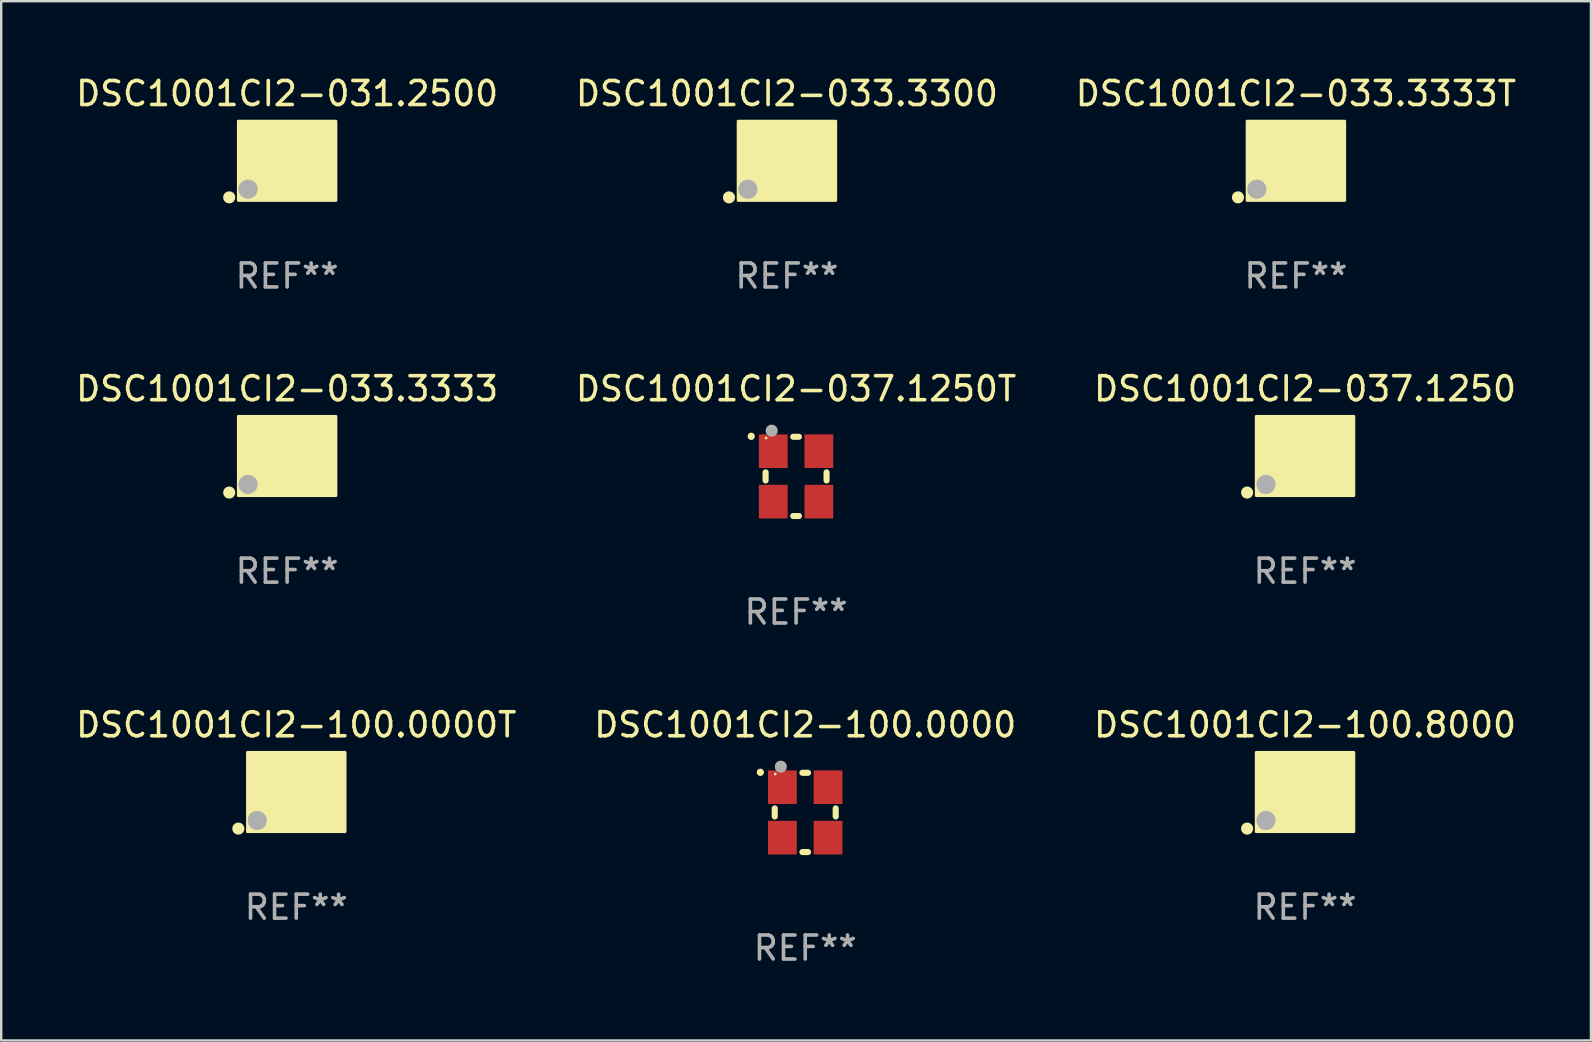
<source format=kicad_pcb>
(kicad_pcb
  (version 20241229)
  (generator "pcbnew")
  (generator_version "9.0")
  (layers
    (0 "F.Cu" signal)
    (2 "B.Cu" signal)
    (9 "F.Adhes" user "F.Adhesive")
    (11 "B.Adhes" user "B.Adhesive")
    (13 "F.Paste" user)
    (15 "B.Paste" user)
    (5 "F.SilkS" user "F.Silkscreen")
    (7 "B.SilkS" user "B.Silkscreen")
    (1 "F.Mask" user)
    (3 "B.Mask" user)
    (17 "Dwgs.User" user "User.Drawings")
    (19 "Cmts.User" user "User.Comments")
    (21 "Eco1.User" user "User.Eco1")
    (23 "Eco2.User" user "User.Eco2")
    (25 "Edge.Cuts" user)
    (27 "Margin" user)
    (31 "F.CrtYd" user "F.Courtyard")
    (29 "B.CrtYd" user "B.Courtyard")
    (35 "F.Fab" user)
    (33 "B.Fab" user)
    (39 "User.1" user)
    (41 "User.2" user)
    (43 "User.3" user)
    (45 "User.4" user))
  (footprint "DSC1001CI2-033.3333T"
    (layer "F.Cu")
    (at 50.935 3.648)
    (property "Reference" "DSC1001CI2-033.3333T" (at 0 -2.8 0) (layer "F.SilkS") (effects (font (size 1 1) (thickness 0.15))))
    (attr through_hole)
    (fp_circle (center -2.413 1.524) (end -2.286 1.524) (stroke (width 0.254) (type solid)) (fill no) (layer "F.SilkS"))
    (fp_circle (center -1.6 1.25) (end -1.57 1.25) (stroke (width 0.06) (type solid)) (fill no) (layer "F.SilkS"))
    (fp_poly (pts (xy -2.032 -1.651) (xy 2.032 -1.651) (xy 2.032 1.651) (xy -2.032 1.651)) (stroke (width 0.12) (type solid)) (fill yes) (layer "F.SilkS"))
    (fp_circle (center -1.627 1.185) (end -1.427 1.185) (stroke (width 0.4) (type solid)) (fill no) (layer "F.Fab"))
    (fp_text user "REF**" (at 0 4.8 0) (layer "F.Fab") (effects (font (size 1 1) (thickness 0.15))))
    (pad "1" smd rect (at -1.05 0.8) (size 1.4 1.2) (layers "F.Cu" "F.Mask" "F.Paste"))
    (pad "2" smd rect (at 1.05 0.8) (size 1.4 1.2) (layers "F.Cu" "F.Mask" "F.Paste"))
    (pad "3" smd rect (at 1.05 -0.8) (size 1.4 1.2) (layers "F.Cu" "F.Mask" "F.Paste"))
    (pad "4" smd rect (at -1.05 -0.8) (size 1.4 1.2) (layers "F.Cu" "F.Mask" "F.Paste")))
  (footprint "DSC1001CI2-031.2500"
    (layer "F.Cu")
    (at 8.911 3.648)
    (property "Reference" "DSC1001CI2-031.2500" (at 0 -2.8 0) (layer "F.SilkS") (effects (font (size 1 1) (thickness 0.15))))
    (attr through_hole)
    (fp_circle (center -2.413 1.524) (end -2.286 1.524) (stroke (width 0.254) (type solid)) (fill no) (layer "F.SilkS"))
    (fp_circle (center -1.6 1.25) (end -1.57 1.25) (stroke (width 0.06) (type solid)) (fill no) (layer "F.SilkS"))
    (fp_poly (pts (xy -2.032 -1.651) (xy 2.032 -1.651) (xy 2.032 1.651) (xy -2.032 1.651)) (stroke (width 0.12) (type solid)) (fill yes) (layer "F.SilkS"))
    (fp_circle (center -1.627 1.185) (end -1.427 1.185) (stroke (width 0.4) (type solid)) (fill no) (layer "F.Fab"))
    (fp_text user "REF**" (at 0 4.8 0) (layer "F.Fab") (effects (font (size 1 1) (thickness 0.15))))
    (pad "1" smd rect (at -1.05 0.8) (size 1.4 1.2) (layers "F.Cu" "F.Mask" "F.Paste"))
    (pad "2" smd rect (at 1.05 0.8) (size 1.4 1.2) (layers "F.Cu" "F.Mask" "F.Paste"))
    (pad "3" smd rect (at 1.05 -0.8) (size 1.4 1.2) (layers "F.Cu" "F.Mask" "F.Paste"))
    (pad "4" smd rect (at -1.05 -0.8) (size 1.4 1.2) (layers "F.Cu" "F.Mask" "F.Paste")))
  (footprint "DSC1001CI2-037.1250"
    (layer "F.Cu")
    (at 51.315 15.945)
    (property "Reference" "DSC1001CI2-037.1250" (at 0 -2.8 0) (layer "F.SilkS") (effects (font (size 1 1) (thickness 0.15))))
    (attr through_hole)
    (fp_circle (center -2.413 1.524) (end -2.286 1.524) (stroke (width 0.254) (type solid)) (fill no) (layer "F.SilkS"))
    (fp_circle (center -1.6 1.25) (end -1.57 1.25) (stroke (width 0.06) (type solid)) (fill no) (layer "F.SilkS"))
    (fp_poly (pts (xy -2.032 -1.651) (xy 2.032 -1.651) (xy 2.032 1.651) (xy -2.032 1.651)) (stroke (width 0.12) (type solid)) (fill yes) (layer "F.SilkS"))
    (fp_circle (center -1.627 1.185) (end -1.427 1.185) (stroke (width 0.4) (type solid)) (fill no) (layer "F.Fab"))
    (fp_text user "REF**" (at 0 4.8 0) (layer "F.Fab") (effects (font (size 1 1) (thickness 0.15))))
    (pad "1" smd rect (at -1.05 0.8) (size 1.4 1.2) (layers "F.Cu" "F.Mask" "F.Paste"))
    (pad "2" smd rect (at 1.05 0.8) (size 1.4 1.2) (layers "F.Cu" "F.Mask" "F.Paste"))
    (pad "3" smd rect (at 1.05 -0.8) (size 1.4 1.2) (layers "F.Cu" "F.Mask" "F.Paste"))
    (pad "4" smd rect (at -1.05 -0.8) (size 1.4 1.2) (layers "F.Cu" "F.Mask" "F.Paste")))
  (footprint "DSC1001CI2-100.0000"
    (layer "F.Cu")
    (at 30.494 30.794)
    (property "Reference" "DSC1001CI2-100.0000" (at 0 -3.651 0) (layer "F.SilkS") (effects (font (size 1 1) (thickness 0.15))))
    (attr through_hole)
    (fp_line (start -1.27 -0.169) (end -1.27 0.169) (stroke (width 0.254) (type solid)) (layer "F.SilkS"))
    (fp_line (start 0.119 -1.651) (end -0.119 -1.651) (stroke (width 0.254) (type solid)) (layer "F.SilkS"))
    (fp_line (start 0.119 1.651) (end -0.119 1.651) (stroke (width 0.254) (type solid)) (layer "F.SilkS"))
    (fp_line (start 1.27 -0.169) (end 1.27 0.169) (stroke (width 0.254) (type solid)) (layer "F.SilkS"))
    (fp_arc (start -1.868631 -1.669799) (mid -1.868636 -1.671069) (end -1.868631 -1.672339) (stroke (width 0.3) (type solid)) (layer "F.SilkS"))
    (fp_circle (center -1.25 -1.6) (end -1.22 -1.6) (stroke (width 0.06) (type solid)) (fill no) (layer "F.SilkS"))
    (fp_circle (center -1.016 -1.905) (end -0.889 -1.905) (stroke (width 0.254) (type solid)) (fill no) (layer "F.Fab"))
    (fp_text user "REF**" (at 0 5.651 0) (layer "F.Fab") (effects (font (size 1 1) (thickness 0.15))))
    (pad "1" smd rect (at -0.95 -1.05 90) (size 1.4 1.2) (layers "F.Cu" "F.Mask" "F.Paste"))
    (pad "2" smd rect (at -0.95 1.05 90) (size 1.4 1.2) (layers "F.Cu" "F.Mask" "F.Paste"))
    (pad "3" smd rect (at 0.95 1.05 90) (size 1.4 1.2) (layers "F.Cu" "F.Mask" "F.Paste"))
    (pad "4" smd rect (at 0.95 -1.05 90) (size 1.4 1.2) (layers "F.Cu" "F.Mask" "F.Paste")))
  (footprint "DSC1001CI2-033.3300"
    (layer "F.Cu")
    (at 29.732 3.648)
    (property "Reference" "DSC1001CI2-033.3300" (at 0 -2.8 0) (layer "F.SilkS") (effects (font (size 1 1) (thickness 0.15))))
    (attr through_hole)
    (fp_circle (center -2.413 1.524) (end -2.286 1.524) (stroke (width 0.254) (type solid)) (fill no) (layer "F.SilkS"))
    (fp_circle (center -1.6 1.25) (end -1.57 1.25) (stroke (width 0.06) (type solid)) (fill no) (layer "F.SilkS"))
    (fp_poly (pts (xy -2.032 -1.651) (xy 2.032 -1.651) (xy 2.032 1.651) (xy -2.032 1.651)) (stroke (width 0.12) (type solid)) (fill yes) (layer "F.SilkS"))
    (fp_circle (center -1.627 1.185) (end -1.427 1.185) (stroke (width 0.4) (type solid)) (fill no) (layer "F.Fab"))
    (fp_text user "REF**" (at 0 4.8 0) (layer "F.Fab") (effects (font (size 1 1) (thickness 0.15))))
    (pad "1" smd rect (at -1.05 0.8) (size 1.4 1.2) (layers "F.Cu" "F.Mask" "F.Paste"))
    (pad "2" smd rect (at 1.05 0.8) (size 1.4 1.2) (layers "F.Cu" "F.Mask" "F.Paste"))
    (pad "3" smd rect (at 1.05 -0.8) (size 1.4 1.2) (layers "F.Cu" "F.Mask" "F.Paste"))
    (pad "4" smd rect (at -1.05 -0.8) (size 1.4 1.2) (layers "F.Cu" "F.Mask" "F.Paste")))
  (footprint "DSC1001CI2-100.8000"
    (layer "F.Cu")
    (at 51.315 29.944)
    (property "Reference" "DSC1001CI2-100.8000" (at 0 -2.8 0) (layer "F.SilkS") (effects (font (size 1 1) (thickness 0.15))))
    (attr through_hole)
    (fp_circle (center -2.413 1.524) (end -2.286 1.524) (stroke (width 0.254) (type solid)) (fill no) (layer "F.SilkS"))
    (fp_circle (center -1.6 1.25) (end -1.57 1.25) (stroke (width 0.06) (type solid)) (fill no) (layer "F.SilkS"))
    (fp_poly (pts (xy -2.032 -1.651) (xy 2.032 -1.651) (xy 2.032 1.651) (xy -2.032 1.651)) (stroke (width 0.12) (type solid)) (fill yes) (layer "F.SilkS"))
    (fp_circle (center -1.627 1.185) (end -1.427 1.185) (stroke (width 0.4) (type solid)) (fill no) (layer "F.Fab"))
    (fp_text user "REF**" (at 0 4.8 0) (layer "F.Fab") (effects (font (size 1 1) (thickness 0.15))))
    (pad "1" smd rect (at -1.05 0.8) (size 1.4 1.2) (layers "F.Cu" "F.Mask" "F.Paste"))
    (pad "2" smd rect (at 1.05 0.8) (size 1.4 1.2) (layers "F.Cu" "F.Mask" "F.Paste"))
    (pad "3" smd rect (at 1.05 -0.8) (size 1.4 1.2) (layers "F.Cu" "F.Mask" "F.Paste"))
    (pad "4" smd rect (at -1.05 -0.8) (size 1.4 1.2) (layers "F.Cu" "F.Mask" "F.Paste")))
  (footprint "DSC1001CI2-037.1250T"
    (layer "F.Cu")
    (at 30.113 16.796)
    (property "Reference" "DSC1001CI2-037.1250T" (at 0 -3.651 0) (layer "F.SilkS") (effects (font (size 1 1) (thickness 0.15))))
    (attr through_hole)
    (fp_line (start -1.27 -0.169) (end -1.27 0.169) (stroke (width 0.254) (type solid)) (layer "F.SilkS"))
    (fp_line (start 0.119 -1.651) (end -0.119 -1.651) (stroke (width 0.254) (type solid)) (layer "F.SilkS"))
    (fp_line (start 0.119 1.651) (end -0.119 1.651) (stroke (width 0.254) (type solid)) (layer "F.SilkS"))
    (fp_line (start 1.27 -0.169) (end 1.27 0.169) (stroke (width 0.254) (type solid)) (layer "F.SilkS"))
    (fp_arc (start -1.868631 -1.669799) (mid -1.868636 -1.671069) (end -1.868631 -1.672339) (stroke (width 0.3) (type solid)) (layer "F.SilkS"))
    (fp_circle (center -1.25 -1.6) (end -1.22 -1.6) (stroke (width 0.06) (type solid)) (fill no) (layer "F.SilkS"))
    (fp_circle (center -1.016 -1.905) (end -0.889 -1.905) (stroke (width 0.254) (type solid)) (fill no) (layer "F.Fab"))
    (fp_text user "REF**" (at 0 5.651 0) (layer "F.Fab") (effects (font (size 1 1) (thickness 0.15))))
    (pad "1" smd rect (at -0.95 -1.05 90) (size 1.4 1.2) (layers "F.Cu" "F.Mask" "F.Paste"))
    (pad "2" smd rect (at -0.95 1.05 90) (size 1.4 1.2) (layers "F.Cu" "F.Mask" "F.Paste"))
    (pad "3" smd rect (at 0.95 1.05 90) (size 1.4 1.2) (layers "F.Cu" "F.Mask" "F.Paste"))
    (pad "4" smd rect (at 0.95 -1.05 90) (size 1.4 1.2) (layers "F.Cu" "F.Mask" "F.Paste")))
  (footprint "DSC1001CI2-033.3333"
    (layer "F.Cu")
    (at 8.911 15.945)
    (property "Reference" "DSC1001CI2-033.3333" (at 0 -2.8 0) (layer "F.SilkS") (effects (font (size 1 1) (thickness 0.15))))
    (attr through_hole)
    (fp_circle (center -2.413 1.524) (end -2.286 1.524) (stroke (width 0.254) (type solid)) (fill no) (layer "F.SilkS"))
    (fp_circle (center -1.6 1.25) (end -1.57 1.25) (stroke (width 0.06) (type solid)) (fill no) (layer "F.SilkS"))
    (fp_poly (pts (xy -2.032 -1.651) (xy 2.032 -1.651) (xy 2.032 1.651) (xy -2.032 1.651)) (stroke (width 0.12) (type solid)) (fill yes) (layer "F.SilkS"))
    (fp_circle (center -1.627 1.185) (end -1.427 1.185) (stroke (width 0.4) (type solid)) (fill no) (layer "F.Fab"))
    (fp_text user "REF**" (at 0 4.8 0) (layer "F.Fab") (effects (font (size 1 1) (thickness 0.15))))
    (pad "1" smd rect (at -1.05 0.8) (size 1.4 1.2) (layers "F.Cu" "F.Mask" "F.Paste"))
    (pad "2" smd rect (at 1.05 0.8) (size 1.4 1.2) (layers "F.Cu" "F.Mask" "F.Paste"))
    (pad "3" smd rect (at 1.05 -0.8) (size 1.4 1.2) (layers "F.Cu" "F.Mask" "F.Paste"))
    (pad "4" smd rect (at -1.05 -0.8) (size 1.4 1.2) (layers "F.Cu" "F.Mask" "F.Paste")))
  (footprint "DSC1001CI2-100.0000T"
    (layer "F.Cu")
    (at 9.292 29.944)
    (property "Reference" "DSC1001CI2-100.0000T" (at 0 -2.8 0) (layer "F.SilkS") (effects (font (size 1 1) (thickness 0.15))))
    (attr through_hole)
    (fp_circle (center -2.413 1.524) (end -2.286 1.524) (stroke (width 0.254) (type solid)) (fill no) (layer "F.SilkS"))
    (fp_circle (center -1.6 1.25) (end -1.57 1.25) (stroke (width 0.06) (type solid)) (fill no) (layer "F.SilkS"))
    (fp_poly (pts (xy -2.032 -1.651) (xy 2.032 -1.651) (xy 2.032 1.651) (xy -2.032 1.651)) (stroke (width 0.12) (type solid)) (fill yes) (layer "F.SilkS"))
    (fp_circle (center -1.627 1.185) (end -1.427 1.185) (stroke (width 0.4) (type solid)) (fill no) (layer "F.Fab"))
    (fp_text user "REF**" (at 0 4.8 0) (layer "F.Fab") (effects (font (size 1 1) (thickness 0.15))))
    (pad "1" smd rect (at -1.05 0.8) (size 1.4 1.2) (layers "F.Cu" "F.Mask" "F.Paste"))
    (pad "2" smd rect (at 1.05 0.8) (size 1.4 1.2) (layers "F.Cu" "F.Mask" "F.Paste"))
    (pad "3" smd rect (at 1.05 -0.8) (size 1.4 1.2) (layers "F.Cu" "F.Mask" "F.Paste"))
    (pad "4" smd rect (at -1.05 -0.8) (size 1.4 1.2) (layers "F.Cu" "F.Mask" "F.Paste")))
  (gr_rect
    (start -3 -3)
    (end 63.226 40.294)
    (stroke (width 0.1) (type default))
    (fill no)
    (layer "Edge.Cuts")))
</source>
